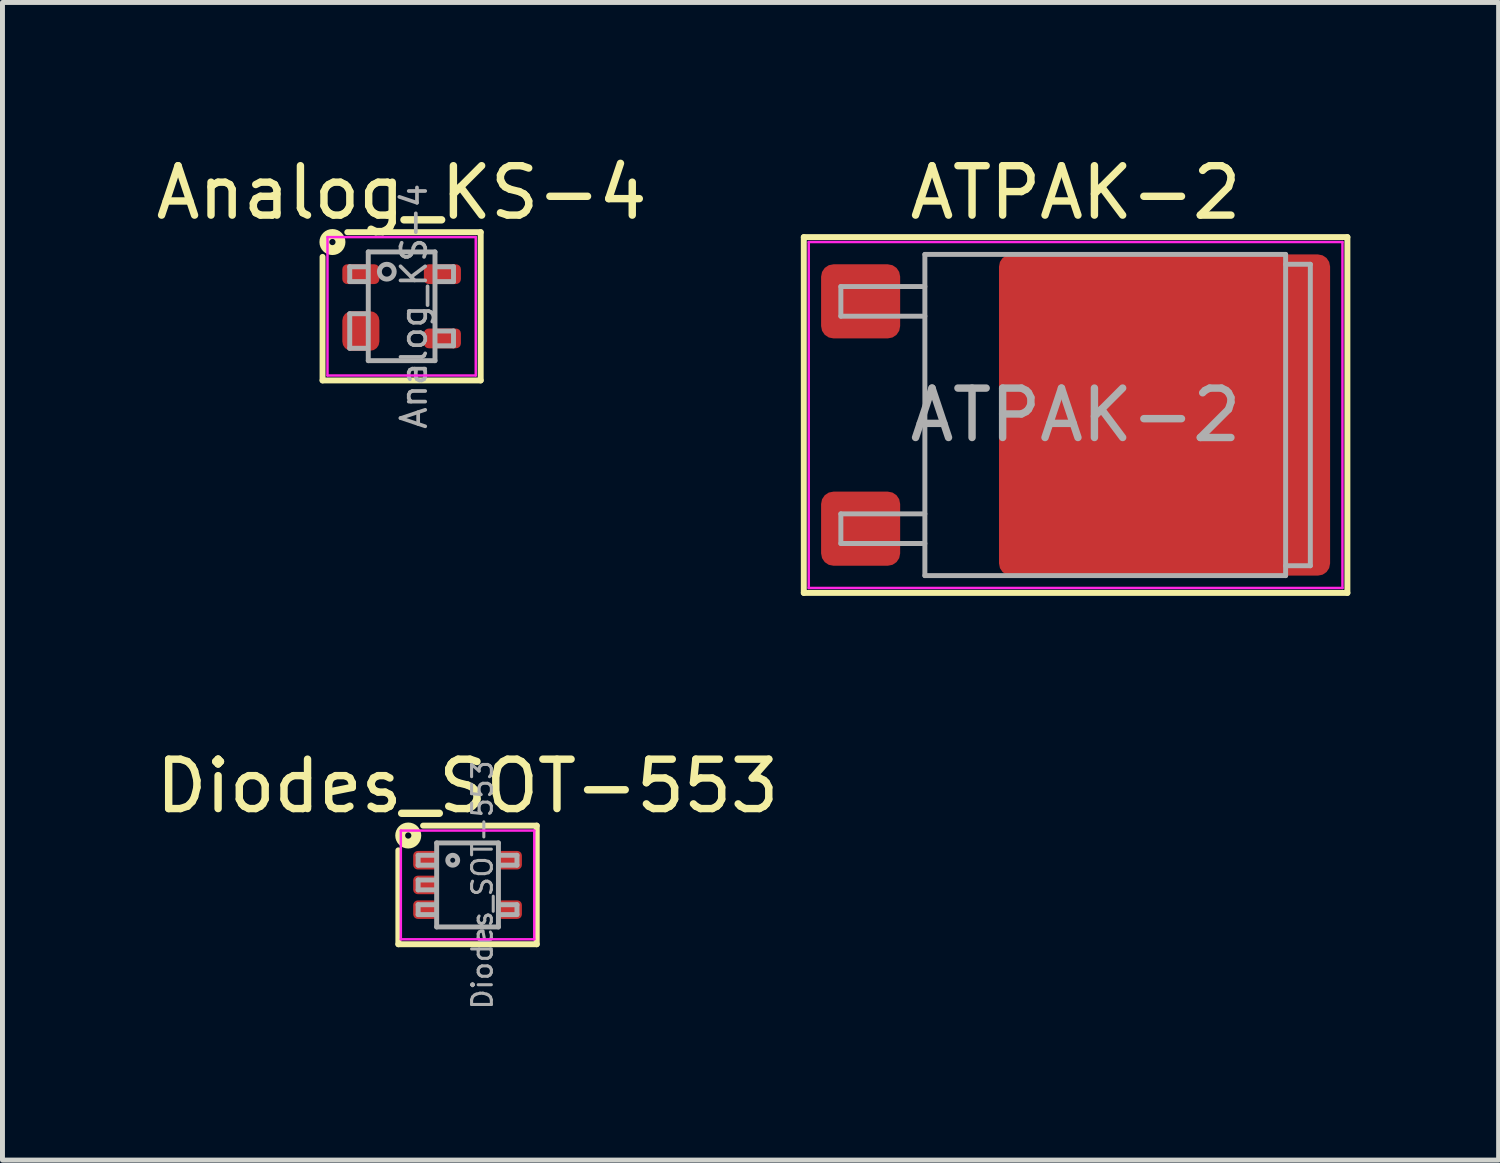
<source format=kicad_pcb>
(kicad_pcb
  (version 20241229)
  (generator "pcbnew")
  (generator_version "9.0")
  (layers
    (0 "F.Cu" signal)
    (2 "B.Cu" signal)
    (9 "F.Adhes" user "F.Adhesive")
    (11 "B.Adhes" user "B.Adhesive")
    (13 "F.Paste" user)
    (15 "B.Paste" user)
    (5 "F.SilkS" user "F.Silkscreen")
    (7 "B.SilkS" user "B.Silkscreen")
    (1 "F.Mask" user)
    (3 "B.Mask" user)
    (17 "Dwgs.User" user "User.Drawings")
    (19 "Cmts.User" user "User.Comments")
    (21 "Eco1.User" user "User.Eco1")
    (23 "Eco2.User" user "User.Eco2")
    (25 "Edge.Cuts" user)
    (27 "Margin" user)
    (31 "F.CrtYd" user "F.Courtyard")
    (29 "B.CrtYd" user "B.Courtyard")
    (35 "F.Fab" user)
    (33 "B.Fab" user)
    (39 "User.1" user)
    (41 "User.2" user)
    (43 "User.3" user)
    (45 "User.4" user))
  (footprint "ATPAK-2"
    (layer "F.Cu")
    (at 18.715 5.348)
    (property "Reference" "ATPAK-2" (at 0 -4.5 0) (layer "F.SilkS") (effects (font (size 1 1) (thickness 0.15))))
    (attr smd)
    (fp_line (start -5.5 -3.6) (end -5.5 3.6) (stroke (width 0.12) (type solid)) (layer "F.SilkS"))
    (fp_line (start -5.5 3.6) (end 5.5 3.6) (stroke (width 0.12) (type solid)) (layer "F.SilkS"))
    (fp_line (start 5.5 -3.6) (end -5.5 -3.6) (stroke (width 0.12) (type solid)) (layer "F.SilkS"))
    (fp_line (start 5.5 3.6) (end 5.5 -3.6) (stroke (width 0.12) (type solid)) (layer "F.SilkS"))
    (fp_line (start -5.4 -3.5) (end -5.4 3.5) (stroke (width 0.05) (type solid)) (layer "F.CrtYd"))
    (fp_line (start -5.4 3.5) (end 5.4 3.5) (stroke (width 0.05) (type solid)) (layer "F.CrtYd"))
    (fp_line (start 5.4 -3.5) (end -5.4 -3.5) (stroke (width 0.05) (type solid)) (layer "F.CrtYd"))
    (fp_line (start 5.4 3.5) (end 5.4 -3.5) (stroke (width 0.05) (type solid)) (layer "F.CrtYd"))
    (fp_line (start -4.75 -2.6) (end -4.75 -2) (stroke (width 0.1) (type solid)) (layer "F.Fab"))
    (fp_line (start -4.75 -2) (end -3.05 -2) (stroke (width 0.1) (type solid)) (layer "F.Fab"))
    (fp_line (start -4.75 2) (end -4.75 2.6) (stroke (width 0.1) (type solid)) (layer "F.Fab"))
    (fp_line (start -4.75 2.6) (end -3.05 2.6) (stroke (width 0.1) (type solid)) (layer "F.Fab"))
    (fp_line (start -3.05 -3.25) (end 4.25 -3.25) (stroke (width 0.1) (type solid)) (layer "F.Fab"))
    (fp_line (start -3.05 -2.6) (end -4.75 -2.6) (stroke (width 0.1) (type solid)) (layer "F.Fab"))
    (fp_line (start -3.05 2) (end -4.75 2) (stroke (width 0.1) (type solid)) (layer "F.Fab"))
    (fp_line (start -3.05 3.25) (end -3.05 -3.25) (stroke (width 0.1) (type solid)) (layer "F.Fab"))
    (fp_line (start 4.25 -3.25) (end 4.25 3.25) (stroke (width 0.1) (type solid)) (layer "F.Fab"))
    (fp_line (start 4.25 -3.05) (end 4.75 -3.05) (stroke (width 0.1) (type solid)) (layer "F.Fab"))
    (fp_line (start 4.25 3.25) (end -3.05 3.25) (stroke (width 0.1) (type solid)) (layer "F.Fab"))
    (fp_line (start 4.75 -3.05) (end 4.75 3.05) (stroke (width 0.1) (type solid)) (layer "F.Fab"))
    (fp_line (start 4.75 3.05) (end 4.25 3.05) (stroke (width 0.1) (type solid)) (layer "F.Fab"))
    (fp_text user "${REFERENCE}" (at 0 0 0) (layer "F.Fab") (effects (font (size 1 1) (thickness 0.15))))
    (pad "" smd roundrect (at -0.3 -2.1) (size 1.8 1.8) (layers "F.Paste") (roundrect_rratio 0.167))
    (pad "" smd roundrect (at -0.3 0) (size 1.8 1.8) (layers "F.Paste") (roundrect_rratio 0.167))
    (pad "" smd roundrect (at -0.3 2.1) (size 1.8 1.8) (layers "F.Paste") (roundrect_rratio 0.167))
    (pad "" smd roundrect (at 1.8 -2.1) (size 1.8 1.8) (layers "F.Paste") (roundrect_rratio 0.167))
    (pad "" smd roundrect (at 1.8 0) (size 1.8 1.8) (layers "F.Paste") (roundrect_rratio 0.167))
    (pad "" smd roundrect (at 1.8 2.1) (size 1.8 1.8) (layers "F.Paste") (roundrect_rratio 0.167))
    (pad "" smd roundrect (at 3.9 -2.1) (size 1.8 1.8) (layers "F.Paste") (roundrect_rratio 0.167))
    (pad "" smd roundrect (at 3.9 0) (size 1.8 1.8) (layers "F.Paste") (roundrect_rratio 0.167))
    (pad "" smd roundrect (at 3.9 2.1) (size 1.8 1.8) (layers "F.Paste") (roundrect_rratio 0.167))
    (pad "1" smd roundrect (at -4.35 -2.3) (size 1.6 1.5) (layers "F.Cu" "F.Mask" "F.Paste") (roundrect_rratio 0.167))
    (pad "2" smd roundrect (at 1.8 0) (size 6.7 6.5) (layers "F.Cu" "F.Mask") (roundrect_rratio 0.038))
    (pad "3" smd roundrect (at -4.35 2.3) (size 1.6 1.5) (layers "F.Cu" "F.Mask" "F.Paste") (roundrect_rratio 0.167)))
  (footprint "Analog_KS-4"
    (layer "F.Cu")
    (at 5.077 3.148)
    (property "Reference" "Analog_KS-4" (at 0 -2.3 0) (layer "F.SilkS") (effects (font (size 1 1) (thickness 0.15))))
    (attr smd)
    (fp_line (start -1.6 -1) (end -1.6 1.5) (stroke (width 0.12) (type solid)) (layer "F.SilkS"))
    (fp_line (start -1.6 1.5) (end 1.6 1.5) (stroke (width 0.12) (type solid)) (layer "F.SilkS"))
    (fp_line (start 1.6 -1.5) (end -1.1 -1.5) (stroke (width 0.12) (type solid)) (layer "F.SilkS"))
    (fp_line (start 1.6 1.5) (end 1.6 -1.5) (stroke (width 0.12) (type solid)) (layer "F.SilkS"))
    (fp_circle (center -1.4 -1.3) (end -1.337 -1.3) (stroke (width 0.2) (type solid)) (fill no) (layer "F.SilkS"))
    (fp_line (start -1.5 -1.4) (end -1.5 1.4) (stroke (width 0.05) (type solid)) (layer "F.CrtYd"))
    (fp_line (start -1.5 -1.4) (end 1.5 -1.4) (stroke (width 0.05) (type solid)) (layer "F.CrtYd"))
    (fp_line (start -1.5 1.4) (end 1.5 1.4) (stroke (width 0.05) (type solid)) (layer "F.CrtYd"))
    (fp_line (start 1.5 1.4) (end 1.5 -1.4) (stroke (width 0.05) (type solid)) (layer "F.CrtYd"))
    (fp_line (start -1.05 -0.8) (end -1.05 -0.5) (stroke (width 0.1) (type solid)) (layer "F.Fab"))
    (fp_line (start -1.05 -0.8) (end -0.7 -0.8) (stroke (width 0.1) (type solid)) (layer "F.Fab"))
    (fp_line (start -1.05 -0.5) (end -0.7 -0.5) (stroke (width 0.1) (type solid)) (layer "F.Fab"))
    (fp_line (start -1.05 0.15) (end -1.05 0.85) (stroke (width 0.1) (type solid)) (layer "F.Fab"))
    (fp_line (start -1.05 0.15) (end -0.7 0.15) (stroke (width 0.1) (type solid)) (layer "F.Fab"))
    (fp_line (start -1.05 0.85) (end -0.7 0.85) (stroke (width 0.1) (type solid)) (layer "F.Fab"))
    (fp_line (start -0.675 -1.1) (end -0.675 1.1) (stroke (width 0.1) (type solid)) (layer "F.Fab"))
    (fp_line (start 0.675 -1.1) (end -0.675 -1.1) (stroke (width 0.1) (type solid)) (layer "F.Fab"))
    (fp_line (start 0.675 -1.1) (end 0.675 1.1) (stroke (width 0.1) (type solid)) (layer "F.Fab"))
    (fp_line (start 0.675 1.1) (end -0.675 1.1) (stroke (width 0.1) (type solid)) (layer "F.Fab"))
    (fp_line (start 1.05 -0.8) (end 0.7 -0.8) (stroke (width 0.1) (type solid)) (layer "F.Fab"))
    (fp_line (start 1.05 -0.5) (end 0.7 -0.5) (stroke (width 0.1) (type solid)) (layer "F.Fab"))
    (fp_line (start 1.05 -0.5) (end 1.05 -0.8) (stroke (width 0.1) (type solid)) (layer "F.Fab"))
    (fp_line (start 1.05 0.5) (end 0.7 0.5) (stroke (width 0.1) (type solid)) (layer "F.Fab"))
    (fp_line (start 1.05 0.8) (end 0.7 0.8) (stroke (width 0.1) (type solid)) (layer "F.Fab"))
    (fp_line (start 1.05 0.8) (end 1.05 0.5) (stroke (width 0.1) (type solid)) (layer "F.Fab"))
    (fp_circle (center -0.3 -0.7) (end -0.15 -0.7) (stroke (width 0.1) (type solid)) (fill no) (layer "F.Fab"))
    (fp_text user "${REFERENCE}" (at 0.25 0 90) (layer "F.Fab") (effects (font (size 0.5 0.5) (thickness 0.075))))
    (pad "1" smd roundrect (at -0.825 -0.65) (size 0.75 0.4) (layers "F.Cu" "F.Mask" "F.Paste") (roundrect_rratio 0.25))
    (pad "2" smd roundrect (at -0.825 0.5) (size 0.75 0.8) (layers "F.Cu" "F.Mask" "F.Paste") (roundrect_rratio 0.25))
    (pad "3" smd roundrect (at 0.825 0.65) (size 0.75 0.4) (layers "F.Cu" "F.Mask" "F.Paste") (roundrect_rratio 0.25))
    (pad "4" smd roundrect (at 0.825 -0.65) (size 0.75 0.4) (layers "F.Cu" "F.Mask" "F.Paste") (roundrect_rratio 0.25)))
  (footprint "Diodes_SOT-553"
    (layer "F.Cu")
    (at 6.411 14.857)
    (property "Reference" "Diodes_SOT-553" (at 0 -2 0) (layer "F.SilkS") (effects (font (size 1 1) (thickness 0.15))))
    (attr smd)
    (fp_line (start -1.4 -0.7) (end -1.4 1.2) (stroke (width 0.12) (type solid)) (layer "F.SilkS"))
    (fp_line (start -1.4 1.2) (end 1.4 1.2) (stroke (width 0.12) (type solid)) (layer "F.SilkS"))
    (fp_line (start 1.4 -1.2) (end -0.9 -1.2) (stroke (width 0.12) (type solid)) (layer "F.SilkS"))
    (fp_line (start 1.4 1.2) (end 1.4 -1.2) (stroke (width 0.12) (type solid)) (layer "F.SilkS"))
    (fp_circle (center -1.2 -1) (end -1.137 -1) (stroke (width 0.2) (type solid)) (fill no) (layer "F.SilkS"))
    (fp_line (start -1.35 -1.1) (end -1.35 1.1) (stroke (width 0.05) (type solid)) (layer "F.CrtYd"))
    (fp_line (start -1.35 -1.1) (end 1.35 -1.1) (stroke (width 0.05) (type solid)) (layer "F.CrtYd"))
    (fp_line (start 1.35 1.1) (end -1.35 1.1) (stroke (width 0.05) (type solid)) (layer "F.CrtYd"))
    (fp_line (start 1.35 1.1) (end 1.35 -1.1) (stroke (width 0.05) (type solid)) (layer "F.CrtYd"))
    (fp_line (start -1 -0.6) (end -1 -0.4) (stroke (width 0.1) (type solid)) (layer "F.Fab"))
    (fp_line (start -1 -0.6) (end -0.65 -0.6) (stroke (width 0.1) (type solid)) (layer "F.Fab"))
    (fp_line (start -1 -0.4) (end -0.65 -0.4) (stroke (width 0.1) (type solid)) (layer "F.Fab"))
    (fp_line (start -1 -0.1) (end -1 0.1) (stroke (width 0.1) (type solid)) (layer "F.Fab"))
    (fp_line (start -1 -0.1) (end -0.65 -0.1) (stroke (width 0.1) (type solid)) (layer "F.Fab"))
    (fp_line (start -1 0.1) (end -0.65 0.1) (stroke (width 0.1) (type solid)) (layer "F.Fab"))
    (fp_line (start -1 0.4) (end -1 0.6) (stroke (width 0.1) (type solid)) (layer "F.Fab"))
    (fp_line (start -1 0.4) (end -0.65 0.4) (stroke (width 0.1) (type solid)) (layer "F.Fab"))
    (fp_line (start -1 0.6) (end -0.65 0.6) (stroke (width 0.1) (type solid)) (layer "F.Fab"))
    (fp_line (start -0.625 -0.85) (end -0.625 0.85) (stroke (width 0.1) (type solid)) (layer "F.Fab"))
    (fp_line (start -0.625 0.85) (end 0.625 0.85) (stroke (width 0.1) (type solid)) (layer "F.Fab"))
    (fp_line (start 0.625 -0.85) (end -0.625 -0.85) (stroke (width 0.1) (type solid)) (layer "F.Fab"))
    (fp_line (start 0.625 0.85) (end 0.625 -0.85) (stroke (width 0.1) (type solid)) (layer "F.Fab"))
    (fp_line (start 1 -0.6) (end 0.65 -0.6) (stroke (width 0.1) (type solid)) (layer "F.Fab"))
    (fp_line (start 1 -0.4) (end 0.65 -0.4) (stroke (width 0.1) (type solid)) (layer "F.Fab"))
    (fp_line (start 1 -0.4) (end 1 -0.6) (stroke (width 0.1) (type solid)) (layer "F.Fab"))
    (fp_line (start 1 0.4) (end 0.65 0.4) (stroke (width 0.1) (type solid)) (layer "F.Fab"))
    (fp_line (start 1 0.6) (end 0.65 0.6) (stroke (width 0.1) (type solid)) (layer "F.Fab"))
    (fp_line (start 1 0.6) (end 1 0.4) (stroke (width 0.1) (type solid)) (layer "F.Fab"))
    (fp_circle (center -0.3 -0.5) (end -0.2 -0.5) (stroke (width 0.1) (type solid)) (fill no) (layer "F.Fab"))
    (fp_text user "${REFERENCE}" (at 0.3 0 90) (layer "F.Fab") (effects (font (size 0.4 0.4) (thickness 0.062))))
    (pad "1" smd roundrect (at -0.85 -0.5) (size 0.5 0.375) (layers "F.Cu" "F.Mask" "F.Paste") (roundrect_rratio 0.25))
    (pad "2" smd roundrect (at -0.85 0) (size 0.5 0.375) (layers "F.Cu" "F.Mask" "F.Paste") (roundrect_rratio 0.25))
    (pad "3" smd roundrect (at -0.85 0.5) (size 0.5 0.375) (layers "F.Cu" "F.Mask" "F.Paste") (roundrect_rratio 0.25))
    (pad "4" smd roundrect (at 0.85 0.5) (size 0.5 0.375) (layers "F.Cu" "F.Mask" "F.Paste") (roundrect_rratio 0.25))
    (pad "5" smd roundrect (at 0.85 -0.5) (size 0.5 0.375) (layers "F.Cu" "F.Mask" "F.Paste") (roundrect_rratio 0.25)))
  (gr_rect
    (start -3 -3)
    (end 27.275 20.425)
    (stroke (width 0.1) (type default))
    (fill no)
    (layer "Edge.Cuts")))
</source>
